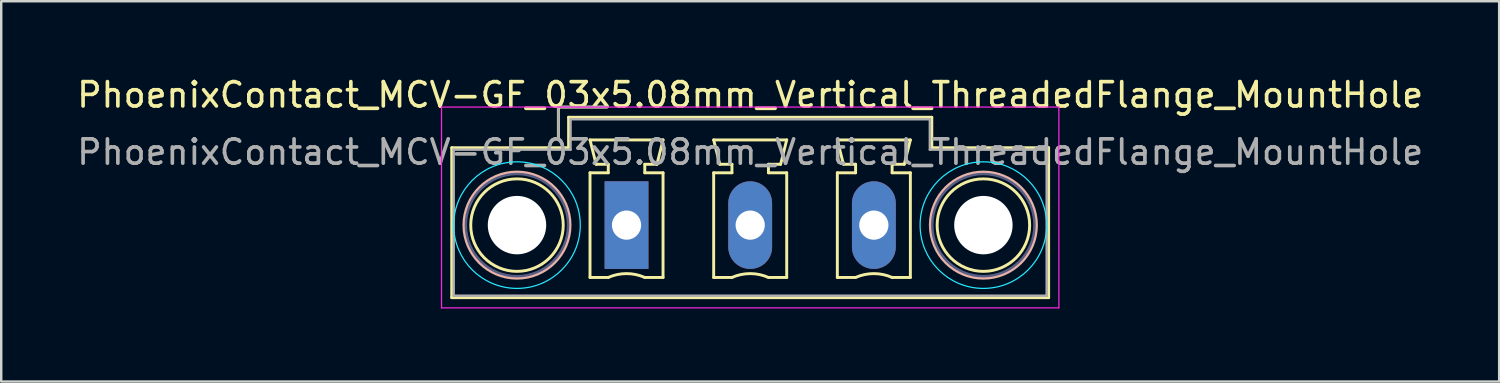
<source format=kicad_pcb>
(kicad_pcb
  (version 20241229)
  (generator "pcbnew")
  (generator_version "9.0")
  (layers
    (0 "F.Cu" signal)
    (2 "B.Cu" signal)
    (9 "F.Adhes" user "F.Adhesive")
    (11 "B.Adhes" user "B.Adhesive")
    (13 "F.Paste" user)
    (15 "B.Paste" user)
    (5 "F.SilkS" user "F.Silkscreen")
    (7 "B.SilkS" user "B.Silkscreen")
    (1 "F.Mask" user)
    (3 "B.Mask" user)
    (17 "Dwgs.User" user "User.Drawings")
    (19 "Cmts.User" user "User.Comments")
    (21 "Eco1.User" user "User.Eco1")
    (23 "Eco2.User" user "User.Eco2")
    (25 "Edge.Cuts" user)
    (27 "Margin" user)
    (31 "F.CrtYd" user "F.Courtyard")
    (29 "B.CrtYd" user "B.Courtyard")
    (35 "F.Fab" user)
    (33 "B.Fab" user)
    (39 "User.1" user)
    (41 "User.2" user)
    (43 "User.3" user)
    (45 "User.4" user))
  (footprint "PhoenixContact_MCV-GF_03x5.08mm_Vertical_ThreadedFlange_MountHole"
    (layer "F.Cu")
    (at 22.688 6.198)
    (property "Reference" "PhoenixContact_MCV-GF_03x5.08mm_Vertical_ThreadedFlange_MountHole" (at 5.08 -5.35 0) (layer "F.SilkS") (effects (font (size 1 1) (thickness 0.15))))
    (attr through_hole)
    (fp_line (start -7.18 -3.18) (end -7.18 2.98) (stroke (width 0.12) (type solid)) (layer "F.SilkS"))
    (fp_line (start -7.18 2.98) (end 17.34 2.98) (stroke (width 0.12) (type solid)) (layer "F.SilkS"))
    (fp_line (start -2.8 -4.85) (end -0.8 -4.85) (stroke (width 0.12) (type solid)) (layer "F.SilkS"))
    (fp_line (start -2.8 -3.6) (end -2.8 -4.85) (stroke (width 0.12) (type solid)) (layer "F.SilkS"))
    (fp_line (start -2.38 -4.43) (end -2.38 -3.18) (stroke (width 0.12) (type solid)) (layer "F.SilkS"))
    (fp_line (start -2.38 -3.18) (end -7.18 -3.18) (stroke (width 0.12) (type solid)) (layer "F.SilkS"))
    (fp_line (start -1.5 -3.5) (end 1.5 -3.5) (stroke (width 0.12) (type solid)) (layer "F.SilkS"))
    (fp_line (start -1.5 -2.15) (end -0.75 -2.15) (stroke (width 0.12) (type solid)) (layer "F.SilkS"))
    (fp_line (start -1.5 2.15) (end -1.5 -2.15) (stroke (width 0.12) (type solid)) (layer "F.SilkS"))
    (fp_line (start -1.25 -2.5) (end -1.5 -3.5) (stroke (width 0.12) (type solid)) (layer "F.SilkS"))
    (fp_line (start -0.75 -2.5) (end -1.25 -2.5) (stroke (width 0.12) (type solid)) (layer "F.SilkS"))
    (fp_line (start -0.75 -2.15) (end -0.75 -2.5) (stroke (width 0.12) (type solid)) (layer "F.SilkS"))
    (fp_line (start -0.75 2.15) (end -1.5 2.15) (stroke (width 0.12) (type solid)) (layer "F.SilkS"))
    (fp_line (start 0.75 -2.5) (end 0.75 -2.15) (stroke (width 0.12) (type solid)) (layer "F.SilkS"))
    (fp_line (start 0.75 -2.15) (end 1.5 -2.15) (stroke (width 0.12) (type solid)) (layer "F.SilkS"))
    (fp_line (start 1.25 -2.5) (end 0.75 -2.5) (stroke (width 0.12) (type solid)) (layer "F.SilkS"))
    (fp_line (start 1.5 -3.5) (end 1.25 -2.5) (stroke (width 0.12) (type solid)) (layer "F.SilkS"))
    (fp_line (start 1.5 -2.15) (end 1.5 2.15) (stroke (width 0.12) (type solid)) (layer "F.SilkS"))
    (fp_line (start 1.5 2.15) (end 0.75 2.15) (stroke (width 0.12) (type solid)) (layer "F.SilkS"))
    (fp_line (start 3.58 -3.5) (end 6.58 -3.5) (stroke (width 0.12) (type solid)) (layer "F.SilkS"))
    (fp_line (start 3.58 -2.15) (end 4.33 -2.15) (stroke (width 0.12) (type solid)) (layer "F.SilkS"))
    (fp_line (start 3.58 2.15) (end 3.58 -2.15) (stroke (width 0.12) (type solid)) (layer "F.SilkS"))
    (fp_line (start 3.83 -2.5) (end 3.58 -3.5) (stroke (width 0.12) (type solid)) (layer "F.SilkS"))
    (fp_line (start 4.33 -2.5) (end 3.83 -2.5) (stroke (width 0.12) (type solid)) (layer "F.SilkS"))
    (fp_line (start 4.33 -2.15) (end 4.33 -2.5) (stroke (width 0.12) (type solid)) (layer "F.SilkS"))
    (fp_line (start 4.33 2.15) (end 3.58 2.15) (stroke (width 0.12) (type solid)) (layer "F.SilkS"))
    (fp_line (start 5.83 -2.5) (end 5.83 -2.15) (stroke (width 0.12) (type solid)) (layer "F.SilkS"))
    (fp_line (start 5.83 -2.15) (end 6.58 -2.15) (stroke (width 0.12) (type solid)) (layer "F.SilkS"))
    (fp_line (start 6.33 -2.5) (end 5.83 -2.5) (stroke (width 0.12) (type solid)) (layer "F.SilkS"))
    (fp_line (start 6.58 -3.5) (end 6.33 -2.5) (stroke (width 0.12) (type solid)) (layer "F.SilkS"))
    (fp_line (start 6.58 -2.15) (end 6.58 2.15) (stroke (width 0.12) (type solid)) (layer "F.SilkS"))
    (fp_line (start 6.58 2.15) (end 5.83 2.15) (stroke (width 0.12) (type solid)) (layer "F.SilkS"))
    (fp_line (start 8.66 -3.5) (end 11.66 -3.5) (stroke (width 0.12) (type solid)) (layer "F.SilkS"))
    (fp_line (start 8.66 -2.15) (end 9.41 -2.15) (stroke (width 0.12) (type solid)) (layer "F.SilkS"))
    (fp_line (start 8.66 2.15) (end 8.66 -2.15) (stroke (width 0.12) (type solid)) (layer "F.SilkS"))
    (fp_line (start 8.91 -2.5) (end 8.66 -3.5) (stroke (width 0.12) (type solid)) (layer "F.SilkS"))
    (fp_line (start 9.41 -2.5) (end 8.91 -2.5) (stroke (width 0.12) (type solid)) (layer "F.SilkS"))
    (fp_line (start 9.41 -2.15) (end 9.41 -2.5) (stroke (width 0.12) (type solid)) (layer "F.SilkS"))
    (fp_line (start 9.41 2.15) (end 8.66 2.15) (stroke (width 0.12) (type solid)) (layer "F.SilkS"))
    (fp_line (start 10.91 -2.5) (end 10.91 -2.15) (stroke (width 0.12) (type solid)) (layer "F.SilkS"))
    (fp_line (start 10.91 -2.15) (end 11.66 -2.15) (stroke (width 0.12) (type solid)) (layer "F.SilkS"))
    (fp_line (start 11.41 -2.5) (end 10.91 -2.5) (stroke (width 0.12) (type solid)) (layer "F.SilkS"))
    (fp_line (start 11.66 -3.5) (end 11.41 -2.5) (stroke (width 0.12) (type solid)) (layer "F.SilkS"))
    (fp_line (start 11.66 -2.15) (end 11.66 2.15) (stroke (width 0.12) (type solid)) (layer "F.SilkS"))
    (fp_line (start 11.66 2.15) (end 10.91 2.15) (stroke (width 0.12) (type solid)) (layer "F.SilkS"))
    (fp_line (start 12.54 -4.43) (end -2.38 -4.43) (stroke (width 0.12) (type solid)) (layer "F.SilkS"))
    (fp_line (start 12.54 -3.18) (end 12.54 -4.43) (stroke (width 0.12) (type solid)) (layer "F.SilkS"))
    (fp_line (start 17.34 -3.18) (end 12.54 -3.18) (stroke (width 0.12) (type solid)) (layer "F.SilkS"))
    (fp_line (start 17.34 2.98) (end 17.34 -3.18) (stroke (width 0.12) (type solid)) (layer "F.SilkS"))
    (fp_arc (start -0.75 2.15) (mid -0.000193 1.99191) (end 0.749647 2.149844) (stroke (width 0.12) (type solid)) (layer "F.SilkS"))
    (fp_arc (start 4.33 2.15) (mid 5.079807 1.99191) (end 5.829647 2.149844) (stroke (width 0.12) (type solid)) (layer "F.SilkS"))
    (fp_arc (start 9.41 2.15) (mid 10.159807 1.99191) (end 10.909647 2.149844) (stroke (width 0.12) (type solid)) (layer "F.SilkS"))
    (fp_circle (center -4.5 0) (end -2.6 0) (stroke (width 0.12) (type solid)) (fill no) (layer "F.SilkS"))
    (fp_circle (center 14.66 0) (end 16.56 0) (stroke (width 0.12) (type solid)) (fill no) (layer "F.SilkS"))
    (fp_circle (center -4.5 0) (end -2.32 0) (stroke (width 0.12) (type solid)) (fill no) (layer "B.SilkS"))
    (fp_circle (center 14.66 0) (end 16.84 0) (stroke (width 0.12) (type solid)) (fill no) (layer "B.SilkS"))
    (fp_circle (center -4.5 0) (end -1.9 0) (stroke (width 0.05) (type solid)) (fill no) (layer "B.CrtYd"))
    (fp_circle (center 14.66 0) (end 17.26 0) (stroke (width 0.05) (type solid)) (fill no) (layer "B.CrtYd"))
    (fp_line (start -7.6 -4.85) (end -7.6 3.4) (stroke (width 0.05) (type solid)) (layer "F.CrtYd"))
    (fp_line (start -7.6 3.4) (end 17.76 3.4) (stroke (width 0.05) (type solid)) (layer "F.CrtYd"))
    (fp_line (start 17.76 -4.85) (end -7.6 -4.85) (stroke (width 0.05) (type solid)) (layer "F.CrtYd"))
    (fp_line (start 17.76 3.4) (end 17.76 -4.85) (stroke (width 0.05) (type solid)) (layer "F.CrtYd"))
    (fp_circle (center -4.5 0) (end -2.4 0) (stroke (width 0.1) (type solid)) (fill no) (layer "B.Fab"))
    (fp_circle (center 14.66 0) (end 16.76 0) (stroke (width 0.1) (type solid)) (fill no) (layer "B.Fab"))
    (fp_line (start -7.1 -3.1) (end -7.1 2.9) (stroke (width 0.1) (type solid)) (layer "F.Fab"))
    (fp_line (start -7.1 2.9) (end 17.26 2.9) (stroke (width 0.1) (type solid)) (layer "F.Fab"))
    (fp_line (start -2.8 -4.85) (end -0.8 -4.85) (stroke (width 0.1) (type solid)) (layer "F.Fab"))
    (fp_line (start -2.8 -3.6) (end -2.8 -4.85) (stroke (width 0.1) (type solid)) (layer "F.Fab"))
    (fp_line (start -2.3 -4.35) (end -2.3 -3.1) (stroke (width 0.1) (type solid)) (layer "F.Fab"))
    (fp_line (start -2.3 -3.1) (end -7.1 -3.1) (stroke (width 0.1) (type solid)) (layer "F.Fab"))
    (fp_line (start 12.46 -4.35) (end -2.3 -4.35) (stroke (width 0.1) (type solid)) (layer "F.Fab"))
    (fp_line (start 12.46 -3.1) (end 12.46 -4.35) (stroke (width 0.1) (type solid)) (layer "F.Fab"))
    (fp_line (start 17.26 -3.1) (end 12.46 -3.1) (stroke (width 0.1) (type solid)) (layer "F.Fab"))
    (fp_line (start 17.26 2.9) (end 17.26 -3.1) (stroke (width 0.1) (type solid)) (layer "F.Fab"))
    (fp_text user "${REFERENCE}" (at 5.08 -3 0) (layer "F.Fab") (effects (font (size 1 1) (thickness 0.15))))
    (pad "" np_thru_hole circle (at -4.5 0) (size 2.4 2.4) (drill 2.4) (layers "*.Cu" "*.Mask"))
    (pad "" np_thru_hole circle (at 14.66 0) (size 2.4 2.4) (drill 2.4) (layers "*.Cu" "*.Mask"))
    (pad "1" thru_hole rect (at 0 0) (size 1.8 3.6) (drill 1.2) (layers "*.Cu" "*.Mask"))
    (pad "2" thru_hole oval (at 5.08 0) (size 1.8 3.6) (drill 1.2) (layers "*.Cu" "*.Mask"))
    (pad "3" thru_hole oval (at 10.16 0) (size 1.8 3.6) (drill 1.2) (layers "*.Cu" "*.Mask")))
  (gr_rect
    (start -3 -3)
    (end 58.536 12.623)
    (stroke (width 0.1) (type default))
    (fill no)
    (layer "Edge.Cuts")))
</source>
